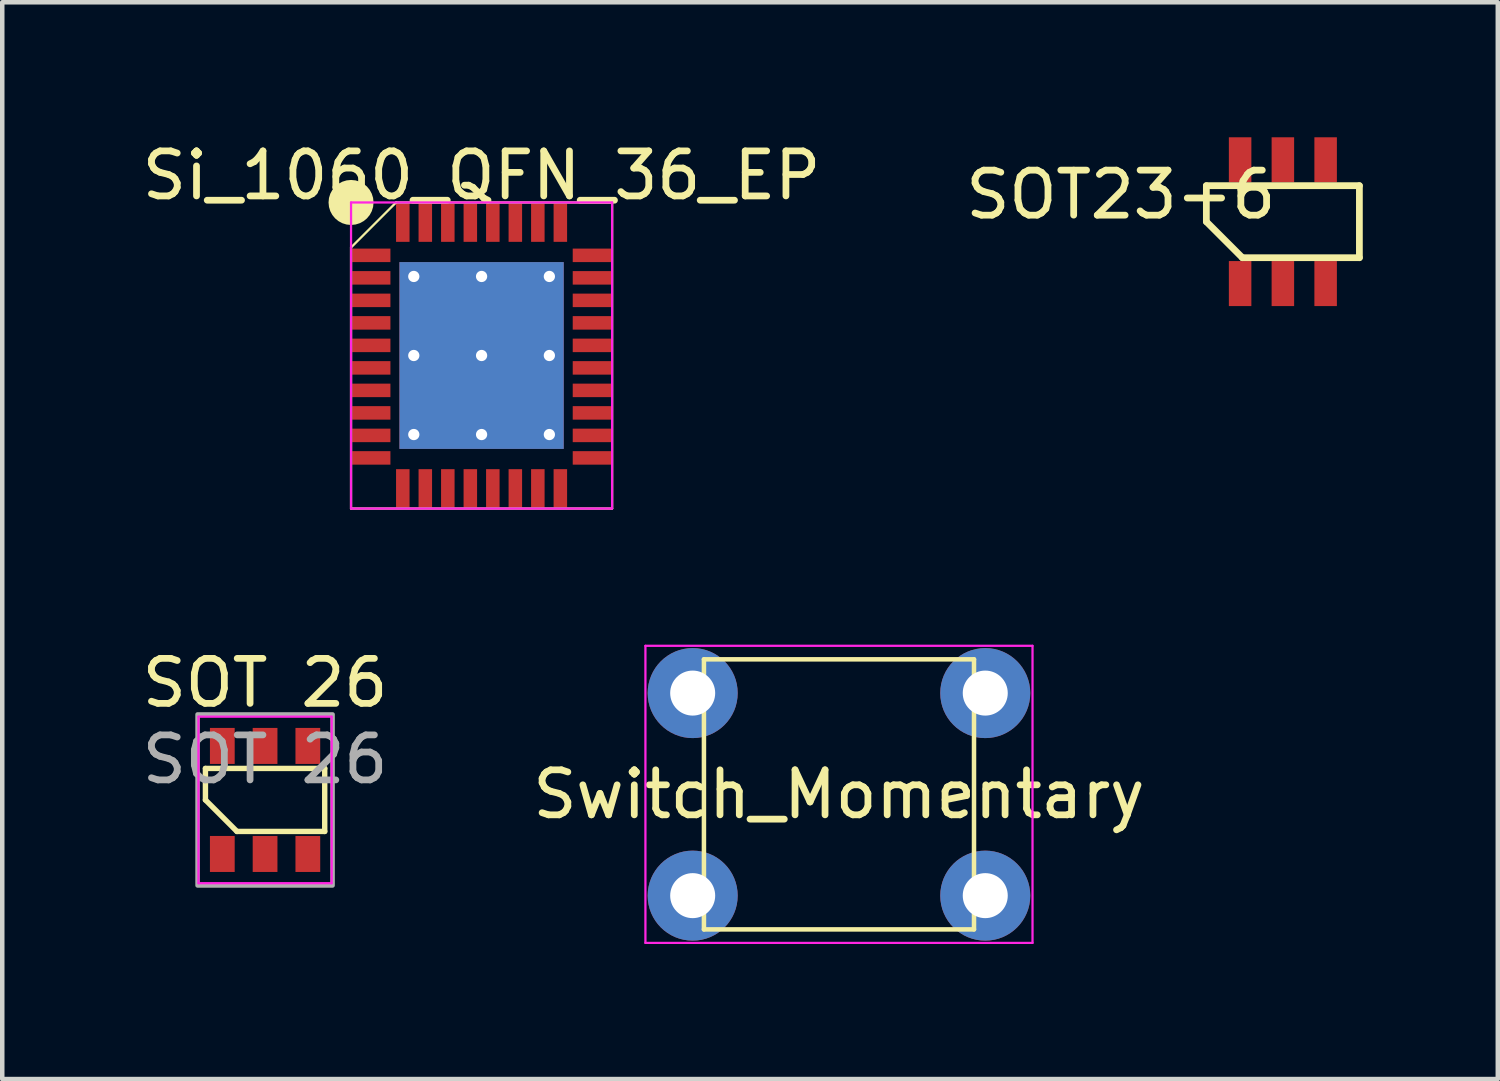
<source format=kicad_pcb>
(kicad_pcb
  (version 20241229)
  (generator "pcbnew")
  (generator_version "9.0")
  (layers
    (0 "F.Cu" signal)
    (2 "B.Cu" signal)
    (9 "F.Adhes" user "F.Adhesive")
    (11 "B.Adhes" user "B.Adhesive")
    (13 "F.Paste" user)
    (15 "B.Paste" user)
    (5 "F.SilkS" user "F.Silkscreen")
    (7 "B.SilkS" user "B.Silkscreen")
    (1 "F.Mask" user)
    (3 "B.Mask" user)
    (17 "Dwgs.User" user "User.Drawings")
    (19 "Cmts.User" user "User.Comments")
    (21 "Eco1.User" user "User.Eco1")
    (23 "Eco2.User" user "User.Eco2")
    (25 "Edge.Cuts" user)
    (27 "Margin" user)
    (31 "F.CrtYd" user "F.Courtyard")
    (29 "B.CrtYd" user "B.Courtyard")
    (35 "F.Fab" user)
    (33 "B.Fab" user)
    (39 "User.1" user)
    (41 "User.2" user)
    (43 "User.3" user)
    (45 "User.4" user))
  (footprint "Si_1060_QFN_36_EP"
    (layer "F.Cu")
    (at 7.649 4.848)
    (property "Reference" "Si_1060_QFN_36_EP" (at 0 -4 0) (layer "F.SilkS") (effects (font (size 1 1) (thickness 0.15))))
    (attr through_hole)
    (fp_line (start -2.9 3.4) (end -2.9 -2.4) (stroke (width 0.05) (type solid)) (layer "F.SilkS"))
    (fp_line (start -1.9 -3.4) (end -2.9 -2.4) (stroke (width 0.05) (type solid)) (layer "F.SilkS"))
    (fp_line (start 2.9 -3.4) (end -1.9 -3.4) (stroke (width 0.05) (type solid)) (layer "F.SilkS"))
    (fp_line (start 2.9 3.4) (end -2.9 3.4) (stroke (width 0.05) (type solid)) (layer "F.SilkS"))
    (fp_line (start 2.9 3.4) (end 2.9 -3.4) (stroke (width 0.05) (type solid)) (layer "F.SilkS"))
    (fp_circle (center -2.9 -3.4) (end -2.9 -3.4) (stroke (width 0.5) (type solid)) (fill no) (layer "F.SilkS"))
    (fp_line (start -2.9 -3.4) (end -2.9 3.4) (stroke (width 0.05) (type solid)) (layer "F.CrtYd"))
    (fp_line (start -2.9 3.4) (end 2.9 3.4) (stroke (width 0.05) (type solid)) (layer "F.CrtYd"))
    (fp_line (start 2.9 -3.4) (end -2.9 -3.4) (stroke (width 0.05) (type solid)) (layer "F.CrtYd"))
    (fp_line (start 2.9 3.4) (end 2.9 -3.4) (stroke (width 0.05) (type solid)) (layer "F.CrtYd"))
    (pad "" smd roundrect (at -0.753 -0.878 180) (size 1.3 1.55) (layers "F.Paste") (roundrect_rratio 0.192))
    (pad "" smd roundrect (at -0.753 0.878 180) (size 1.3 1.55) (layers "F.Paste") (roundrect_rratio 0.192))
    (pad "" smd roundrect (at 0.753 -0.878 180) (size 1.3 1.55) (layers "F.Paste") (roundrect_rratio 0.192))
    (pad "" smd roundrect (at 0.753 0.878 180) (size 1.3 1.55) (layers "F.Paste") (roundrect_rratio 0.192))
    (pad "1" smd rect (at -2.45 -2.225 90) (size 0.3 0.85) (layers "F.Cu" "F.Mask" "F.Paste"))
    (pad "2" smd rect (at -2.45 -1.725 90) (size 0.3 0.85) (layers "F.Cu" "F.Mask" "F.Paste"))
    (pad "3" smd rect (at -2.45 -1.225 90) (size 0.3 0.85) (layers "F.Cu" "F.Mask" "F.Paste"))
    (pad "4" smd rect (at -2.45 -0.725 90) (size 0.3 0.85) (layers "F.Cu" "F.Mask" "F.Paste"))
    (pad "5" smd rect (at -2.45 -0.225 90) (size 0.3 0.85) (layers "F.Cu" "F.Mask" "F.Paste"))
    (pad "6" smd rect (at -2.45 0.275 90) (size 0.3 0.85) (layers "F.Cu" "F.Mask" "F.Paste"))
    (pad "7" smd rect (at -2.45 0.775 90) (size 0.3 0.85) (layers "F.Cu" "F.Mask" "F.Paste"))
    (pad "8" smd rect (at -2.45 1.275 90) (size 0.3 0.85) (layers "F.Cu" "F.Mask" "F.Paste"))
    (pad "9" smd rect (at -2.45 1.775 90) (size 0.3 0.85) (layers "F.Cu" "F.Mask" "F.Paste"))
    (pad "10" smd rect (at -2.45 2.275 90) (size 0.3 0.85) (layers "F.Cu" "F.Mask" "F.Paste"))
    (pad "11" smd rect (at -1.75 2.95 180) (size 0.3 0.85) (layers "F.Cu" "F.Mask" "F.Paste"))
    (pad "12" smd rect (at -1.25 2.95 180) (size 0.3 0.85) (layers "F.Cu" "F.Mask" "F.Paste"))
    (pad "13" smd rect (at -0.75 2.95 180) (size 0.3 0.85) (layers "F.Cu" "F.Mask" "F.Paste"))
    (pad "14" smd rect (at -0.25 2.95 180) (size 0.3 0.85) (layers "F.Cu" "F.Mask" "F.Paste"))
    (pad "15" smd rect (at 0.25 2.95 180) (size 0.3 0.85) (layers "F.Cu" "F.Mask" "F.Paste"))
    (pad "16" smd rect (at 0.75 2.95 180) (size 0.3 0.85) (layers "F.Cu" "F.Mask" "F.Paste"))
    (pad "17" smd rect (at 1.25 2.95 180) (size 0.3 0.85) (layers "F.Cu" "F.Mask" "F.Paste"))
    (pad "18" smd rect (at 1.75 2.95 180) (size 0.3 0.85) (layers "F.Cu" "F.Mask" "F.Paste"))
    (pad "19" smd rect (at 2.45 2.275 270) (size 0.3 0.85) (layers "F.Cu" "F.Mask" "F.Paste"))
    (pad "20" smd rect (at 2.45 1.775 270) (size 0.3 0.85) (layers "F.Cu" "F.Mask" "F.Paste"))
    (pad "21" smd rect (at 2.45 1.275 270) (size 0.3 0.85) (layers "F.Cu" "F.Mask" "F.Paste"))
    (pad "22" smd rect (at 2.45 0.775 270) (size 0.3 0.85) (layers "F.Cu" "F.Mask" "F.Paste"))
    (pad "23" smd rect (at 2.45 0.275 270) (size 0.3 0.85) (layers "F.Cu" "F.Mask" "F.Paste"))
    (pad "24" smd rect (at 2.45 -0.225 270) (size 0.3 0.85) (layers "F.Cu" "F.Mask" "F.Paste"))
    (pad "25" smd rect (at 2.45 -0.725 270) (size 0.3 0.85) (layers "F.Cu" "F.Mask" "F.Paste"))
    (pad "26" smd rect (at 2.45 -1.225 270) (size 0.3 0.85) (layers "F.Cu" "F.Mask" "F.Paste"))
    (pad "27" smd rect (at 2.45 -1.725 270) (size 0.3 0.85) (layers "F.Cu" "F.Mask" "F.Paste"))
    (pad "28" smd rect (at 2.45 -2.225 270) (size 0.3 0.85) (layers "F.Cu" "F.Mask" "F.Paste"))
    (pad "29" smd rect (at 1.75 -2.95 180) (size 0.3 0.85) (layers "F.Cu" "F.Mask" "F.Paste"))
    (pad "30" smd rect (at 1.25 -2.95 180) (size 0.3 0.85) (layers "F.Cu" "F.Mask" "F.Paste"))
    (pad "31" smd rect (at 0.75 -2.95 180) (size 0.3 0.85) (layers "F.Cu" "F.Mask" "F.Paste"))
    (pad "32" smd rect (at 0.25 -2.95 180) (size 0.3 0.85) (layers "F.Cu" "F.Mask" "F.Paste"))
    (pad "33" smd rect (at -0.25 -2.95 180) (size 0.3 0.85) (layers "F.Cu" "F.Mask" "F.Paste"))
    (pad "34" smd rect (at -0.75 -2.95 180) (size 0.3 0.85) (layers "F.Cu" "F.Mask" "F.Paste"))
    (pad "35" smd rect (at -1.25 -2.95 180) (size 0.3 0.85) (layers "F.Cu" "F.Mask" "F.Paste"))
    (pad "36" smd rect (at -1.75 -2.95 180) (size 0.3 0.85) (layers "F.Cu" "F.Mask" "F.Paste"))
    (pad "37" thru_hole circle (at -1.506 -1.756 180) (size 0.3 0.3) (drill 0.25) (layers "*.Cu" "*.Mask"))
    (pad "37" thru_hole circle (at -1.506 0 180) (size 0.3 0.3) (drill 0.25) (layers "*.Cu" "*.Mask"))
    (pad "37" thru_hole circle (at -1.506 1.756 180) (size 0.3 0.3) (drill 0.25) (layers "*.Cu" "*.Mask"))
    (pad "37" thru_hole circle (at 0 -1.756 180) (size 0.3 0.3) (drill 0.25) (layers "*.Cu" "*.Mask"))
    (pad "37" thru_hole circle (at 0 0 180) (size 0.3 0.3) (drill 0.25) (layers "*.Cu" "*.Mask"))
    (pad "37" smd rect (at 0 0 180) (size 3.65 4.15) (layers "F.Cu" "F.Mask"))
    (pad "37" smd rect (at 0 0 180) (size 3.65 4.15) (layers "B.Cu" "B.Mask"))
    (pad "37" thru_hole circle (at 0 1.756 180) (size 0.3 0.3) (drill 0.25) (layers "*.Cu" "*.Mask"))
    (pad "37" thru_hole circle (at 1.506 -1.756 180) (size 0.3 0.3) (drill 0.25) (layers "*.Cu" "*.Mask"))
    (pad "37" thru_hole circle (at 1.506 0 180) (size 0.3 0.3) (drill 0.25) (layers "*.Cu" "*.Mask"))
    (pad "37" thru_hole circle (at 1.506 1.756 180) (size 0.3 0.3) (drill 0.25) (layers "*.Cu" "*.Mask")))
  (footprint "SOT23-6"
    (layer "F.Cu")
    (at 25.451 1.875)
    (property "Reference" "SOT23-6" (at -3.6 -0.6 0) (layer "F.SilkS") (effects (font (size 1 1) (thickness 0.15))))
    (attr smd)
    (fp_line (start -1.7 -0.8) (end 1.7 -0.8) (stroke (width 0.15) (type solid)) (layer "F.SilkS"))
    (fp_line (start -1.7 0) (end -1.7 -0.8) (stroke (width 0.15) (type solid)) (layer "F.SilkS"))
    (fp_line (start -0.9 0.8) (end -1.7 0) (stroke (width 0.15) (type solid)) (layer "F.SilkS"))
    (fp_line (start 1.7 -0.8) (end 1.7 0.8) (stroke (width 0.15) (type solid)) (layer "F.SilkS"))
    (fp_line (start 1.7 0.8) (end -0.9 0.8) (stroke (width 0.15) (type solid)) (layer "F.SilkS"))
    (pad "1" smd rect (at -0.95 1.375) (size 0.5 1) (layers "F.Cu" "F.Mask" "F.Paste"))
    (pad "2" smd rect (at 0 1.375) (size 0.5 1) (layers "F.Cu" "F.Mask" "F.Paste"))
    (pad "3" smd rect (at 0.95 1.375) (size 0.5 1) (layers "F.Cu" "F.Mask" "F.Paste"))
    (pad "4" smd rect (at 0.95 -1.375) (size 0.5 1) (layers "F.Cu" "F.Mask" "F.Paste"))
    (pad "5" smd rect (at 0 -1.375) (size 0.5 1) (layers "F.Cu" "F.Mask" "F.Paste"))
    (pad "6" smd rect (at -0.95 -1.375) (size 0.5 1) (layers "F.Cu" "F.Mask" "F.Paste")))
  (footprint "SOT 26"
    (layer "F.Cu")
    (at 2.839 14.722)
    (property "Reference" "SOT 26" (at 0 -2.6 180) (layer "F.SilkS") (effects (font (size 1 1) (thickness 0.15))))
    (attr through_hole)
    (fp_line (start -1.325 -0.7) (end 1.325 -0.7) (stroke (width 0.12) (type solid)) (layer "F.SilkS"))
    (fp_line (start -1.325 0) (end -1.325 -0.7) (stroke (width 0.12) (type solid)) (layer "F.SilkS"))
    (fp_line (start -0.625 0.7) (end -1.325 0) (stroke (width 0.12) (type solid)) (layer "F.SilkS"))
    (fp_line (start 1.325 -0.7) (end 1.325 0.7) (stroke (width 0.12) (type solid)) (layer "F.SilkS"))
    (fp_line (start 1.325 0.7) (end -0.625 0.7) (stroke (width 0.12) (type solid)) (layer "F.SilkS"))
    (fp_line (start -1.48 -1.85) (end 1.48 -1.85) (stroke (width 0.05) (type solid)) (layer "F.CrtYd"))
    (fp_line (start -1.48 1.85) (end -1.48 -1.85) (stroke (width 0.05) (type solid)) (layer "F.CrtYd"))
    (fp_line (start 1.48 -1.85) (end 1.48 1.85) (stroke (width 0.05) (type solid)) (layer "F.CrtYd"))
    (fp_line (start 1.48 1.85) (end -1.48 1.85) (stroke (width 0.05) (type solid)) (layer "F.CrtYd"))
    (fp_rect (start -1.5 -1.9) (end 1.5 1.9) (stroke (width 0.1) (type solid)) (fill no) (layer "F.Fab"))
    (fp_text user "${REFERENCE}" (at 0 -0.9 0) (layer "F.Fab") (effects (font (size 1 1) (thickness 0.15))))
    (pad "1" smd rect (at -0.95 1.2) (size 0.55 0.8) (layers "F.Cu" "F.Mask" "F.Paste"))
    (pad "2" smd rect (at 0 1.2) (size 0.55 0.8) (layers "F.Cu" "F.Mask" "F.Paste"))
    (pad "3" smd rect (at 0.95 1.2) (size 0.55 0.8) (layers "F.Cu" "F.Mask" "F.Paste"))
    (pad "4" smd rect (at 0.95 -1.2) (size 0.55 0.8) (layers "F.Cu" "F.Mask" "F.Paste"))
    (pad "5" smd rect (at 0 -1.2) (size 0.55 0.8) (layers "F.Cu" "F.Mask" "F.Paste"))
    (pad "6" smd rect (at -0.95 -1.2) (size 0.55 0.8) (layers "F.Cu" "F.Mask" "F.Paste")))
  (footprint "Switch_Momentary"
    (layer "F.Cu")
    (at 15.589 14.598)
    (property "Reference" "Switch_Momentary" (at 0 0 0) (layer "F.SilkS") (effects (font (size 1 1) (thickness 0.15))))
    (attr through_hole)
    (fp_line (start -3 -3) (end 3 -3) (stroke (width 0.1) (type solid)) (layer "F.SilkS"))
    (fp_line (start -3 3) (end -3 -3) (stroke (width 0.1) (type solid)) (layer "F.SilkS"))
    (fp_line (start 3 -3) (end 3 3) (stroke (width 0.1) (type solid)) (layer "F.SilkS"))
    (fp_line (start 3 3) (end -3 3) (stroke (width 0.1) (type solid)) (layer "F.SilkS"))
    (fp_line (start -4.3 -3.3) (end -4.3 3.3) (stroke (width 0.05) (type solid)) (layer "F.CrtYd"))
    (fp_line (start -4.3 3.3) (end 4.3 3.3) (stroke (width 0.05) (type solid)) (layer "F.CrtYd"))
    (fp_line (start 4.3 -3.3) (end -4.3 -3.3) (stroke (width 0.05) (type solid)) (layer "F.CrtYd"))
    (fp_line (start 4.3 3.3) (end 4.3 -3.3) (stroke (width 0.05) (type solid)) (layer "F.CrtYd"))
    (pad "1" thru_hole circle (at -3.25 -2.25) (size 2 2) (drill 1) (layers "*.Cu" "*.Mask"))
    (pad "2" thru_hole circle (at 3.25 2.25) (size 2 2) (drill 1) (layers "*.Cu" "*.Mask"))
    (pad "3" thru_hole circle (at 3.25 -2.25) (size 2 2) (drill 1) (layers "*.Cu" "*.Mask"))
    (pad "4" thru_hole circle (at -3.25 2.25) (size 2 2) (drill 1) (layers "*.Cu" "*.Mask")))
  (gr_rect
    (start -3 -3)
    (end 30.226 20.923)
    (stroke (width 0.1) (type default))
    (fill no)
    (layer "Edge.Cuts")))
</source>
